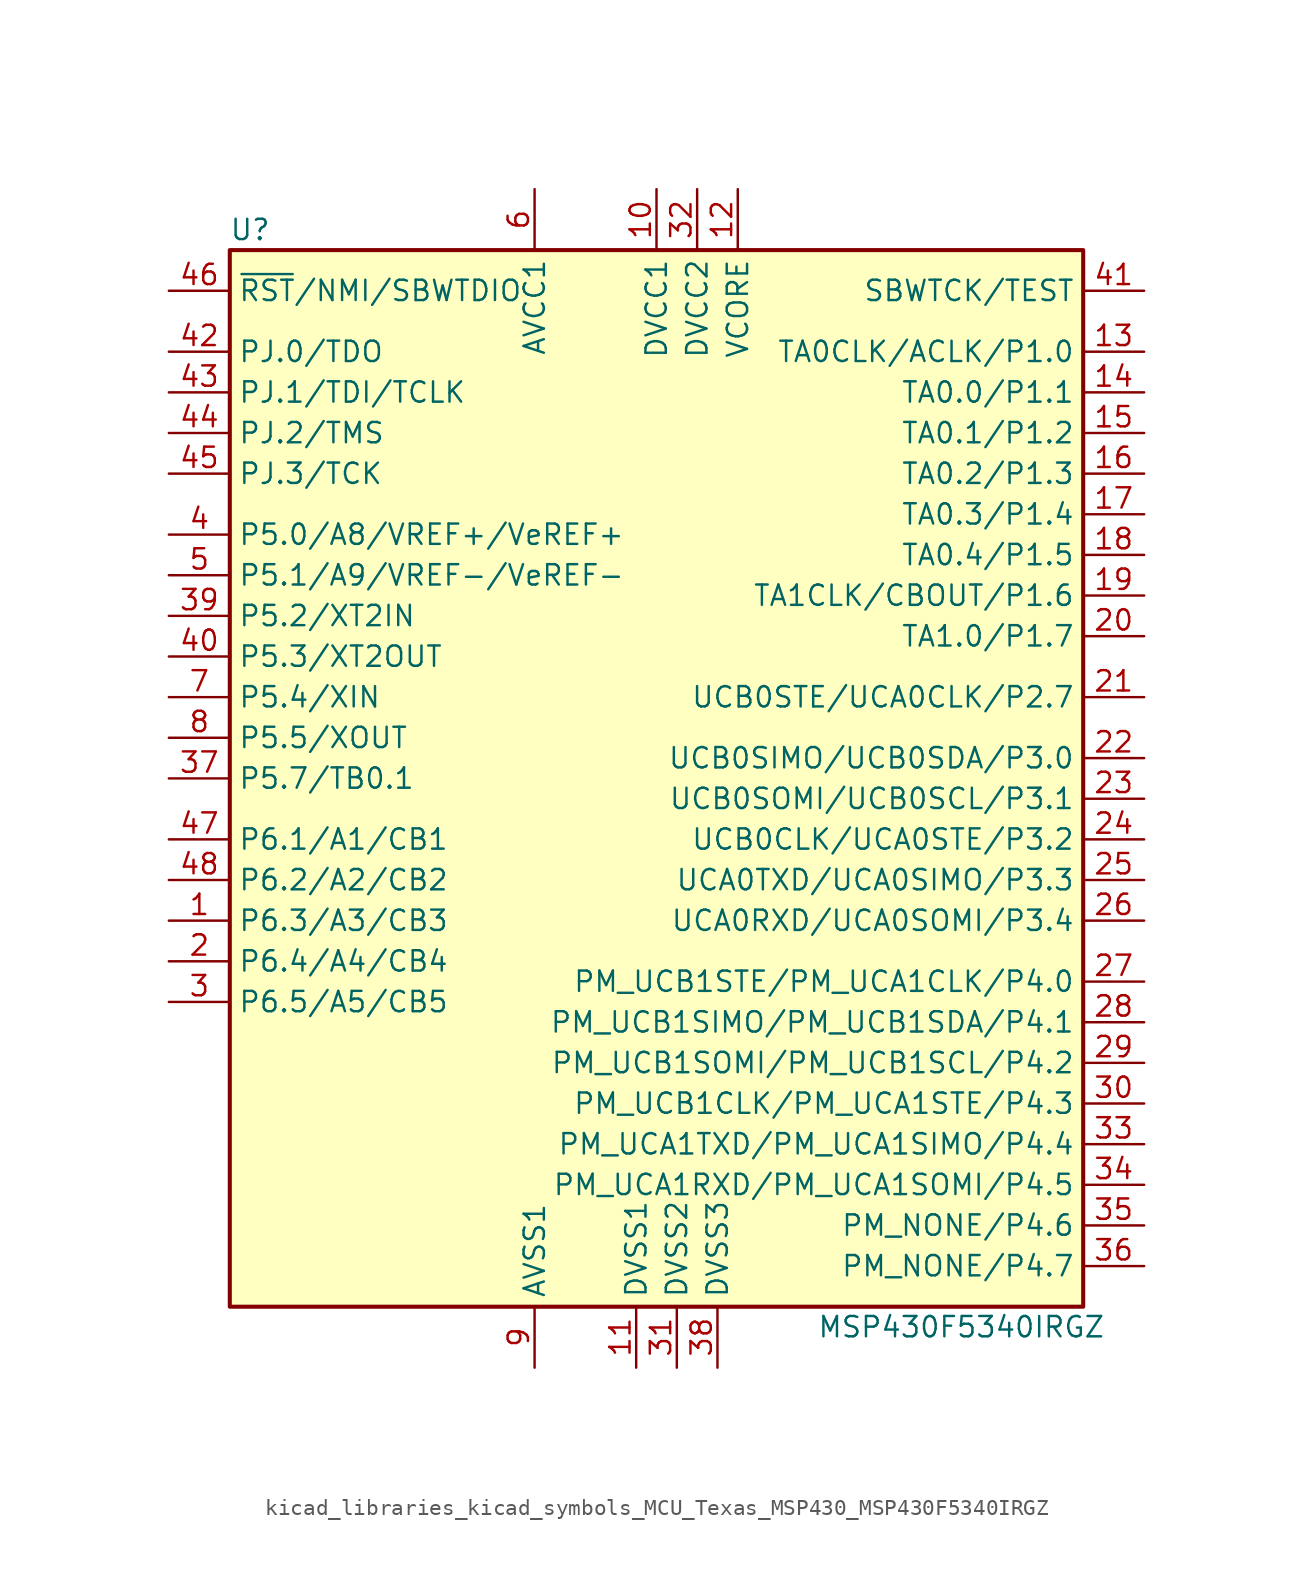
<source format=kicad_sym>
(kicad_symbol_lib
  (version 20220914)
  (generator kicad_symbol_editor)
  (symbol "kicad_libraries_kicad_symbols_MCU_Texas_MSP430_MSP430F5340IRGZ"
    (property "Reference" "U"
      (at -26.67 34.29 0)
      (effects (font (size 1.27 1.27))))
    (property "Value" "MSP430F5340IRGZ"
      (at 17.78 -34.29 0)
      (effects (font (size 1.27 1.27))))
    (symbol "kicad_libraries_kicad_symbols_MCU_Texas_MSP430_MSP430F5340IRGZ_0_1"
      (rectangle (start -27.94 33.02) (end 25.4 -33.02) (stroke (width 0.254) (type default)) (fill (type background))))
    (symbol "kicad_libraries_kicad_symbols_MCU_Texas_MSP430_MSP430F5340IRGZ_1_1"
      (pin bidirectional line (at -31.75 -8.89 0) (length 3.81) (name "P6.3/A3/CB3" (effects (font (size 1.27 1.27)))) (number "1" (effects (font (size 1.27 1.27)))))
      (pin power_in line (at -1.27 36.83 270) (length 3.81) (name "DVCC1" (effects (font (size 1.27 1.27)))) (number "10" (effects (font (size 1.27 1.27)))))
      (pin power_in line (at -2.54 -36.83 90) (length 3.81) (name "DVSS1" (effects (font (size 1.27 1.27)))) (number "11" (effects (font (size 1.27 1.27)))))
      (pin passive line (at 3.81 36.83 270) (length 3.81) (name "VCORE" (effects (font (size 1.27 1.27)))) (number "12" (effects (font (size 1.27 1.27)))))
      (pin bidirectional line (at 29.21 26.67 180) (length 3.81) (name "TA0CLK/ACLK/P1.0" (effects (font (size 1.27 1.27)))) (number "13" (effects (font (size 1.27 1.27)))))
      (pin bidirectional line (at 29.21 24.13 180) (length 3.81) (name "TA0.0/P1.1" (effects (font (size 1.27 1.27)))) (number "14" (effects (font (size 1.27 1.27)))))
      (pin bidirectional line (at 29.21 21.59 180) (length 3.81) (name "TA0.1/P1.2" (effects (font (size 1.27 1.27)))) (number "15" (effects (font (size 1.27 1.27)))))
      (pin bidirectional line (at 29.21 19.05 180) (length 3.81) (name "TA0.2/P1.3" (effects (font (size 1.27 1.27)))) (number "16" (effects (font (size 1.27 1.27)))))
      (pin bidirectional line (at 29.21 16.51 180) (length 3.81) (name "TA0.3/P1.4" (effects (font (size 1.27 1.27)))) (number "17" (effects (font (size 1.27 1.27)))))
      (pin bidirectional line (at 29.21 13.97 180) (length 3.81) (name "TA0.4/P1.5" (effects (font (size 1.27 1.27)))) (number "18" (effects (font (size 1.27 1.27)))))
      (pin bidirectional line (at 29.21 11.43 180) (length 3.81) (name "TA1CLK/CBOUT/P1.6" (effects (font (size 1.27 1.27)))) (number "19" (effects (font (size 1.27 1.27)))))
      (pin bidirectional line (at -31.75 -11.43 0) (length 3.81) (name "P6.4/A4/CB4" (effects (font (size 1.27 1.27)))) (number "2" (effects (font (size 1.27 1.27)))))
      (pin bidirectional line (at 29.21 8.89 180) (length 3.81) (name "TA1.0/P1.7" (effects (font (size 1.27 1.27)))) (number "20" (effects (font (size 1.27 1.27)))))
      (pin bidirectional line (at 29.21 5.08 180) (length 3.81) (name "UCB0STE/UCA0CLK/P2.7" (effects (font (size 1.27 1.27)))) (number "21" (effects (font (size 1.27 1.27)))))
      (pin bidirectional line (at 29.21 1.27 180) (length 3.81) (name "UCB0SIMO/UCB0SDA/P3.0" (effects (font (size 1.27 1.27)))) (number "22" (effects (font (size 1.27 1.27)))))
      (pin bidirectional line (at 29.21 -1.27 180) (length 3.81) (name "UCB0SOMI/UCB0SCL/P3.1" (effects (font (size 1.27 1.27)))) (number "23" (effects (font (size 1.27 1.27)))))
      (pin bidirectional line (at 29.21 -3.81 180) (length 3.81) (name "UCB0CLK/UCA0STE/P3.2" (effects (font (size 1.27 1.27)))) (number "24" (effects (font (size 1.27 1.27)))))
      (pin bidirectional line (at 29.21 -6.35 180) (length 3.81) (name "UCA0TXD/UCA0SIMO/P3.3" (effects (font (size 1.27 1.27)))) (number "25" (effects (font (size 1.27 1.27)))))
      (pin bidirectional line (at 29.21 -8.89 180) (length 3.81) (name "UCA0RXD/UCA0SOMI/P3.4" (effects (font (size 1.27 1.27)))) (number "26" (effects (font (size 1.27 1.27)))))
      (pin bidirectional line (at 29.21 -12.7 180) (length 3.81) (name "PM_UCB1STE/PM_UCA1CLK/P4.0" (effects (font (size 1.27 1.27)))) (number "27" (effects (font (size 1.27 1.27)))))
      (pin bidirectional line (at 29.21 -15.24 180) (length 3.81) (name "PM_UCB1SIMO/PM_UCB1SDA/P4.1" (effects (font (size 1.27 1.27)))) (number "28" (effects (font (size 1.27 1.27)))))
      (pin bidirectional line (at 29.21 -17.78 180) (length 3.81) (name "PM_UCB1SOMI/PM_UCB1SCL/P4.2" (effects (font (size 1.27 1.27)))) (number "29" (effects (font (size 1.27 1.27)))))
      (pin bidirectional line (at -31.75 -13.97 0) (length 3.81) (name "P6.5/A5/CB5" (effects (font (size 1.27 1.27)))) (number "3" (effects (font (size 1.27 1.27)))))
      (pin bidirectional line (at 29.21 -20.32 180) (length 3.81) (name "PM_UCB1CLK/PM_UCA1STE/P4.3" (effects (font (size 1.27 1.27)))) (number "30" (effects (font (size 1.27 1.27)))))
      (pin power_in line (at 0 -36.83 90) (length 3.81) (name "DVSS2" (effects (font (size 1.27 1.27)))) (number "31" (effects (font (size 1.27 1.27)))))
      (pin power_in line (at 1.27 36.83 270) (length 3.81) (name "DVCC2" (effects (font (size 1.27 1.27)))) (number "32" (effects (font (size 1.27 1.27)))))
      (pin bidirectional line (at 29.21 -22.86 180) (length 3.81) (name "PM_UCA1TXD/PM_UCA1SIMO/P4.4" (effects (font (size 1.27 1.27)))) (number "33" (effects (font (size 1.27 1.27)))))
      (pin bidirectional line (at 29.21 -25.4 180) (length 3.81) (name "PM_UCA1RXD/PM_UCA1SOMI/P4.5" (effects (font (size 1.27 1.27)))) (number "34" (effects (font (size 1.27 1.27)))))
      (pin bidirectional line (at 29.21 -27.94 180) (length 3.81) (name "PM_NONE/P4.6" (effects (font (size 1.27 1.27)))) (number "35" (effects (font (size 1.27 1.27)))))
      (pin bidirectional line (at 29.21 -30.48 180) (length 3.81) (name "PM_NONE/P4.7" (effects (font (size 1.27 1.27)))) (number "36" (effects (font (size 1.27 1.27)))))
      (pin bidirectional line (at -31.75 0 0) (length 3.81) (name "P5.7/TB0.1" (effects (font (size 1.27 1.27)))) (number "37" (effects (font (size 1.27 1.27)))))
      (pin power_in line (at 2.54 -36.83 90) (length 3.81) (name "DVSS3" (effects (font (size 1.27 1.27)))) (number "38" (effects (font (size 1.27 1.27)))))
      (pin bidirectional line (at -31.75 10.16 0) (length 3.81) (name "P5.2/XT2IN" (effects (font (size 1.27 1.27)))) (number "39" (effects (font (size 1.27 1.27)))))
      (pin bidirectional line (at -31.75 15.24 0) (length 3.81) (name "P5.0/A8/VREF+/VeREF+" (effects (font (size 1.27 1.27)))) (number "4" (effects (font (size 1.27 1.27)))))
      (pin bidirectional line (at -31.75 7.62 0) (length 3.81) (name "P5.3/XT2OUT" (effects (font (size 1.27 1.27)))) (number "40" (effects (font (size 1.27 1.27)))))
      (pin input line (at 29.21 30.48 180) (length 3.81) (name "SBWTCK/TEST" (effects (font (size 1.27 1.27)))) (number "41" (effects (font (size 1.27 1.27)))))
      (pin bidirectional line (at -31.75 26.67 0) (length 3.81) (name "PJ.0/TDO" (effects (font (size 1.27 1.27)))) (number "42" (effects (font (size 1.27 1.27)))))
      (pin bidirectional line (at -31.75 24.13 0) (length 3.81) (name "PJ.1/TDI/TCLK" (effects (font (size 1.27 1.27)))) (number "43" (effects (font (size 1.27 1.27)))))
      (pin bidirectional line (at -31.75 21.59 0) (length 3.81) (name "PJ.2/TMS" (effects (font (size 1.27 1.27)))) (number "44" (effects (font (size 1.27 1.27)))))
      (pin bidirectional line (at -31.75 19.05 0) (length 3.81) (name "PJ.3/TCK" (effects (font (size 1.27 1.27)))) (number "45" (effects (font (size 1.27 1.27)))))
      (pin input line (at -31.75 30.48 0) (length 3.81) (name "~{RST}/NMI/SBWTDIO" (effects (font (size 1.27 1.27)))) (number "46" (effects (font (size 1.27 1.27)))))
      (pin bidirectional line (at -31.75 -3.81 0) (length 3.81) (name "P6.1/A1/CB1" (effects (font (size 1.27 1.27)))) (number "47" (effects (font (size 1.27 1.27)))))
      (pin bidirectional line (at -31.75 -6.35 0) (length 3.81) (name "P6.2/A2/CB2" (effects (font (size 1.27 1.27)))) (number "48" (effects (font (size 1.27 1.27)))))
      (pin bidirectional line (at -31.75 12.7 0) (length 3.81) (name "P5.1/A9/VREF-/VeREF-" (effects (font (size 1.27 1.27)))) (number "5" (effects (font (size 1.27 1.27)))))
      (pin power_in line (at -8.89 36.83 270) (length 3.81) (name "AVCC1" (effects (font (size 1.27 1.27)))) (number "6" (effects (font (size 1.27 1.27)))))
      (pin bidirectional line (at -31.75 5.08 0) (length 3.81) (name "P5.4/XIN" (effects (font (size 1.27 1.27)))) (number "7" (effects (font (size 1.27 1.27)))))
      (pin bidirectional line (at -31.75 2.54 0) (length 3.81) (name "P5.5/XOUT" (effects (font (size 1.27 1.27)))) (number "8" (effects (font (size 1.27 1.27)))))
      (pin power_in line (at -8.89 -36.83 90) (length 3.81) (name "AVSS1" (effects (font (size 1.27 1.27)))) (number "9" (effects (font (size 1.27 1.27))))))))
</source>
